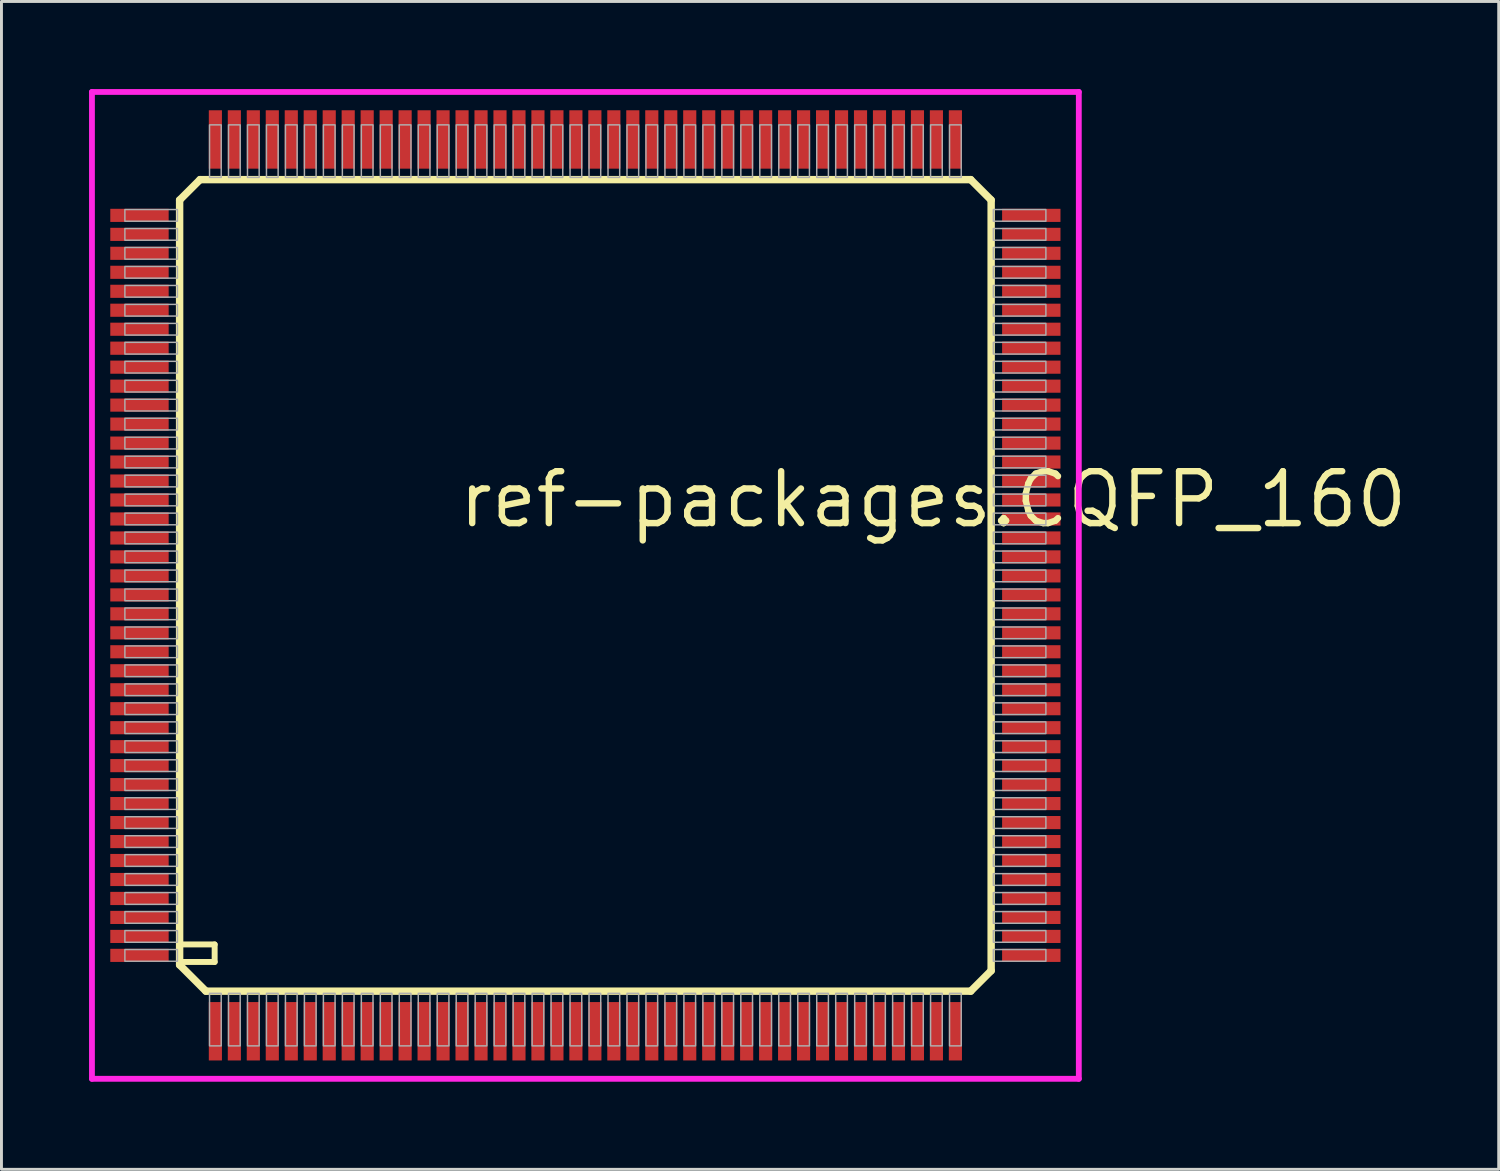
<source format=kicad_pcb>
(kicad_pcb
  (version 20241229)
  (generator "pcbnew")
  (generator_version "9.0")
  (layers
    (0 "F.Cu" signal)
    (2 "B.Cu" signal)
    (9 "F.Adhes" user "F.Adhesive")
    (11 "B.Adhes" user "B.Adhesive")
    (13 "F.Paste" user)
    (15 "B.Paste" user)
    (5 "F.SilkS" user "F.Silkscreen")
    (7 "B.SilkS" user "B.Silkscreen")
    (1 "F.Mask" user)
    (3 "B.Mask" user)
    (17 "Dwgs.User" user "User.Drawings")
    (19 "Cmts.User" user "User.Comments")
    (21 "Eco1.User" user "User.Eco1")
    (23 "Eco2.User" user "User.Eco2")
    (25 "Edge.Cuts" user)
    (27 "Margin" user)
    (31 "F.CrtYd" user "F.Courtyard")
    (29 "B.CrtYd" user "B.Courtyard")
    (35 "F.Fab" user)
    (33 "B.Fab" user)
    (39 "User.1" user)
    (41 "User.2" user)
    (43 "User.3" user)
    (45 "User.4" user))
  (footprint "ref-packages.CQFP_160"
    (layer "F.Cu")
    (at 17.003 17.003)
    (property "Reference" "ref-packages.CQFP_160" (at -4.445 -1.905 0) (layer "F.SilkS") (effects (font (size 1.778 1.778) (thickness 0.22)) (justify left bottom)))
    (attr smd)
    (fp_line (start -13.9 -13.2) (end -13.2 -13.9) (stroke (width 0.254) (type default)) (layer "F.SilkS"))
    (fp_line (start -13.9 13) (end -13.9 -13.2) (stroke (width 0.254) (type default)) (layer "F.SilkS"))
    (fp_line (start -13.8 12.3) (end -12.7 12.3) (stroke (width 0.203) (type default)) (layer "F.SilkS"))
    (fp_line (start -13.2 -13.9) (end 13.2 -13.9) (stroke (width 0.254) (type default)) (layer "F.SilkS"))
    (fp_line (start -13 13.9) (end -13.9 13) (stroke (width 0.254) (type default)) (layer "F.SilkS"))
    (fp_line (start -12.7 12.3) (end -12.7 12.9) (stroke (width 0.203) (type default)) (layer "F.SilkS"))
    (fp_line (start -12.7 12.9) (end -13.8 12.9) (stroke (width 0.203) (type default)) (layer "F.SilkS"))
    (fp_line (start 13.2 -13.9) (end 13.9 -13.2) (stroke (width 0.254) (type default)) (layer "F.SilkS"))
    (fp_line (start 13.2 13.9) (end -13 13.9) (stroke (width 0.254) (type default)) (layer "F.SilkS"))
    (fp_line (start 13.9 -13.2) (end 13.9 13.2) (stroke (width 0.254) (type default)) (layer "F.SilkS"))
    (fp_line (start 13.9 13.2) (end 13.2 13.9) (stroke (width 0.254) (type default)) (layer "F.SilkS"))
    (fp_line (start -16.903 -16.903) (end 16.903 -16.903) (stroke (width 0.2) (type default)) (layer "F.CrtYd"))
    (fp_line (start -16.903 16.903) (end -16.903 -16.903) (stroke (width 0.2) (type default)) (layer "F.CrtYd"))
    (fp_line (start 16.903 -16.903) (end 16.903 16.903) (stroke (width 0.2) (type default)) (layer "F.CrtYd"))
    (fp_line (start 16.903 16.903) (end -16.903 16.903) (stroke (width 0.2) (type default)) (layer "F.CrtYd"))
    (fp_rect (start -15.775 -12.475) (end -13.975 -12.875) (stroke (width 0.05) (type default)) (fill no) (layer "F.Fab"))
    (fp_rect (start -15.775 -11.825) (end -13.975 -12.225) (stroke (width 0.05) (type default)) (fill no) (layer "F.Fab"))
    (fp_rect (start -15.775 -11.175) (end -13.975 -11.575) (stroke (width 0.05) (type default)) (fill no) (layer "F.Fab"))
    (fp_rect (start -15.775 -10.525) (end -13.975 -10.925) (stroke (width 0.05) (type default)) (fill no) (layer "F.Fab"))
    (fp_rect (start -15.775 -9.875) (end -13.975 -10.275) (stroke (width 0.05) (type default)) (fill no) (layer "F.Fab"))
    (fp_rect (start -15.775 -9.225) (end -13.975 -9.625) (stroke (width 0.05) (type default)) (fill no) (layer "F.Fab"))
    (fp_rect (start -15.775 -8.575) (end -13.975 -8.975) (stroke (width 0.05) (type default)) (fill no) (layer "F.Fab"))
    (fp_rect (start -15.775 -7.925) (end -13.975 -8.325) (stroke (width 0.05) (type default)) (fill no) (layer "F.Fab"))
    (fp_rect (start -15.775 -7.275) (end -13.975 -7.675) (stroke (width 0.05) (type default)) (fill no) (layer "F.Fab"))
    (fp_rect (start -15.775 -6.625) (end -13.975 -7.025) (stroke (width 0.05) (type default)) (fill no) (layer "F.Fab"))
    (fp_rect (start -15.775 -5.975) (end -13.975 -6.375) (stroke (width 0.05) (type default)) (fill no) (layer "F.Fab"))
    (fp_rect (start -15.775 -5.325) (end -13.975 -5.725) (stroke (width 0.05) (type default)) (fill no) (layer "F.Fab"))
    (fp_rect (start -15.775 -4.675) (end -13.975 -5.075) (stroke (width 0.05) (type default)) (fill no) (layer "F.Fab"))
    (fp_rect (start -15.775 -4.025) (end -13.975 -4.425) (stroke (width 0.05) (type default)) (fill no) (layer "F.Fab"))
    (fp_rect (start -15.775 -3.375) (end -13.975 -3.775) (stroke (width 0.05) (type default)) (fill no) (layer "F.Fab"))
    (fp_rect (start -15.775 -2.725) (end -13.975 -3.125) (stroke (width 0.05) (type default)) (fill no) (layer "F.Fab"))
    (fp_rect (start -15.775 -2.075) (end -13.975 -2.475) (stroke (width 0.05) (type default)) (fill no) (layer "F.Fab"))
    (fp_rect (start -15.775 -1.425) (end -13.975 -1.825) (stroke (width 0.05) (type default)) (fill no) (layer "F.Fab"))
    (fp_rect (start -15.775 -0.775) (end -13.975 -1.175) (stroke (width 0.05) (type default)) (fill no) (layer "F.Fab"))
    (fp_rect (start -15.775 -0.125) (end -13.975 -0.525) (stroke (width 0.05) (type default)) (fill no) (layer "F.Fab"))
    (fp_rect (start -15.775 0.525) (end -13.975 0.125) (stroke (width 0.05) (type default)) (fill no) (layer "F.Fab"))
    (fp_rect (start -15.775 1.175) (end -13.975 0.775) (stroke (width 0.05) (type default)) (fill no) (layer "F.Fab"))
    (fp_rect (start -15.775 1.825) (end -13.975 1.425) (stroke (width 0.05) (type default)) (fill no) (layer "F.Fab"))
    (fp_rect (start -15.775 2.475) (end -13.975 2.075) (stroke (width 0.05) (type default)) (fill no) (layer "F.Fab"))
    (fp_rect (start -15.775 3.125) (end -13.975 2.725) (stroke (width 0.05) (type default)) (fill no) (layer "F.Fab"))
    (fp_rect (start -15.775 3.775) (end -13.975 3.375) (stroke (width 0.05) (type default)) (fill no) (layer "F.Fab"))
    (fp_rect (start -15.775 4.425) (end -13.975 4.025) (stroke (width 0.05) (type default)) (fill no) (layer "F.Fab"))
    (fp_rect (start -15.775 5.075) (end -13.975 4.675) (stroke (width 0.05) (type default)) (fill no) (layer "F.Fab"))
    (fp_rect (start -15.775 5.725) (end -13.975 5.325) (stroke (width 0.05) (type default)) (fill no) (layer "F.Fab"))
    (fp_rect (start -15.775 6.375) (end -13.975 5.975) (stroke (width 0.05) (type default)) (fill no) (layer "F.Fab"))
    (fp_rect (start -15.775 7.025) (end -13.975 6.625) (stroke (width 0.05) (type default)) (fill no) (layer "F.Fab"))
    (fp_rect (start -15.775 7.675) (end -13.975 7.275) (stroke (width 0.05) (type default)) (fill no) (layer "F.Fab"))
    (fp_rect (start -15.775 8.325) (end -13.975 7.925) (stroke (width 0.05) (type default)) (fill no) (layer "F.Fab"))
    (fp_rect (start -15.775 8.975) (end -13.975 8.575) (stroke (width 0.05) (type default)) (fill no) (layer "F.Fab"))
    (fp_rect (start -15.775 9.625) (end -13.975 9.225) (stroke (width 0.05) (type default)) (fill no) (layer "F.Fab"))
    (fp_rect (start -15.775 10.275) (end -13.975 9.875) (stroke (width 0.05) (type default)) (fill no) (layer "F.Fab"))
    (fp_rect (start -15.775 10.925) (end -13.975 10.525) (stroke (width 0.05) (type default)) (fill no) (layer "F.Fab"))
    (fp_rect (start -15.775 11.575) (end -13.975 11.175) (stroke (width 0.05) (type default)) (fill no) (layer "F.Fab"))
    (fp_rect (start -15.775 12.225) (end -13.975 11.825) (stroke (width 0.05) (type default)) (fill no) (layer "F.Fab"))
    (fp_rect (start -15.775 12.875) (end -13.975 12.475) (stroke (width 0.05) (type default)) (fill no) (layer "F.Fab"))
    (fp_rect (start -12.875 -13.975) (end -12.475 -15.775) (stroke (width 0.05) (type default)) (fill no) (layer "F.Fab"))
    (fp_rect (start -12.875 15.775) (end -12.475 13.975) (stroke (width 0.05) (type default)) (fill no) (layer "F.Fab"))
    (fp_rect (start -12.225 -13.975) (end -11.825 -15.775) (stroke (width 0.05) (type default)) (fill no) (layer "F.Fab"))
    (fp_rect (start -12.225 15.775) (end -11.825 13.975) (stroke (width 0.05) (type default)) (fill no) (layer "F.Fab"))
    (fp_rect (start -11.575 -13.975) (end -11.175 -15.775) (stroke (width 0.05) (type default)) (fill no) (layer "F.Fab"))
    (fp_rect (start -11.575 15.775) (end -11.175 13.975) (stroke (width 0.05) (type default)) (fill no) (layer "F.Fab"))
    (fp_rect (start -10.925 -13.975) (end -10.525 -15.775) (stroke (width 0.05) (type default)) (fill no) (layer "F.Fab"))
    (fp_rect (start -10.925 15.775) (end -10.525 13.975) (stroke (width 0.05) (type default)) (fill no) (layer "F.Fab"))
    (fp_rect (start -10.275 -13.975) (end -9.875 -15.775) (stroke (width 0.05) (type default)) (fill no) (layer "F.Fab"))
    (fp_rect (start -10.275 15.775) (end -9.875 13.975) (stroke (width 0.05) (type default)) (fill no) (layer "F.Fab"))
    (fp_rect (start -9.625 -13.975) (end -9.225 -15.775) (stroke (width 0.05) (type default)) (fill no) (layer "F.Fab"))
    (fp_rect (start -9.625 15.775) (end -9.225 13.975) (stroke (width 0.05) (type default)) (fill no) (layer "F.Fab"))
    (fp_rect (start -8.975 -13.975) (end -8.575 -15.775) (stroke (width 0.05) (type default)) (fill no) (layer "F.Fab"))
    (fp_rect (start -8.975 15.775) (end -8.575 13.975) (stroke (width 0.05) (type default)) (fill no) (layer "F.Fab"))
    (fp_rect (start -8.325 -13.975) (end -7.925 -15.775) (stroke (width 0.05) (type default)) (fill no) (layer "F.Fab"))
    (fp_rect (start -8.325 15.775) (end -7.925 13.975) (stroke (width 0.05) (type default)) (fill no) (layer "F.Fab"))
    (fp_rect (start -7.675 15.775) (end -7.275 13.975) (stroke (width 0.05) (type default)) (fill no) (layer "F.Fab"))
    (fp_rect (start -7.675 -13.975) (end -7.275 -15.775) (stroke (width 0.05) (type default)) (fill no) (layer "F.Fab"))
    (fp_rect (start -7.025 -13.975) (end -6.625 -15.775) (stroke (width 0.05) (type default)) (fill no) (layer "F.Fab"))
    (fp_rect (start -7.025 15.775) (end -6.625 13.975) (stroke (width 0.05) (type default)) (fill no) (layer "F.Fab"))
    (fp_rect (start -6.375 -13.975) (end -5.975 -15.775) (stroke (width 0.05) (type default)) (fill no) (layer "F.Fab"))
    (fp_rect (start -6.375 15.775) (end -5.975 13.975) (stroke (width 0.05) (type default)) (fill no) (layer "F.Fab"))
    (fp_rect (start -5.725 -13.975) (end -5.325 -15.775) (stroke (width 0.05) (type default)) (fill no) (layer "F.Fab"))
    (fp_rect (start -5.725 15.775) (end -5.325 13.975) (stroke (width 0.05) (type default)) (fill no) (layer "F.Fab"))
    (fp_rect (start -5.075 -13.975) (end -4.675 -15.775) (stroke (width 0.05) (type default)) (fill no) (layer "F.Fab"))
    (fp_rect (start -5.075 15.775) (end -4.675 13.975) (stroke (width 0.05) (type default)) (fill no) (layer "F.Fab"))
    (fp_rect (start -4.425 -13.975) (end -4.025 -15.775) (stroke (width 0.05) (type default)) (fill no) (layer "F.Fab"))
    (fp_rect (start -4.425 15.775) (end -4.025 13.975) (stroke (width 0.05) (type default)) (fill no) (layer "F.Fab"))
    (fp_rect (start -3.775 -13.975) (end -3.375 -15.775) (stroke (width 0.05) (type default)) (fill no) (layer "F.Fab"))
    (fp_rect (start -3.775 15.775) (end -3.375 13.975) (stroke (width 0.05) (type default)) (fill no) (layer "F.Fab"))
    (fp_rect (start -3.125 -13.975) (end -2.725 -15.775) (stroke (width 0.05) (type default)) (fill no) (layer "F.Fab"))
    (fp_rect (start -3.125 15.775) (end -2.725 13.975) (stroke (width 0.05) (type default)) (fill no) (layer "F.Fab"))
    (fp_rect (start -2.475 -13.975) (end -2.075 -15.775) (stroke (width 0.05) (type default)) (fill no) (layer "F.Fab"))
    (fp_rect (start -2.475 15.775) (end -2.075 13.975) (stroke (width 0.05) (type default)) (fill no) (layer "F.Fab"))
    (fp_rect (start -1.825 -13.975) (end -1.425 -15.775) (stroke (width 0.05) (type default)) (fill no) (layer "F.Fab"))
    (fp_rect (start -1.825 15.775) (end -1.425 13.975) (stroke (width 0.05) (type default)) (fill no) (layer "F.Fab"))
    (fp_rect (start -1.175 -13.975) (end -0.775 -15.775) (stroke (width 0.05) (type default)) (fill no) (layer "F.Fab"))
    (fp_rect (start -1.175 15.775) (end -0.775 13.975) (stroke (width 0.05) (type default)) (fill no) (layer "F.Fab"))
    (fp_rect (start -0.525 -13.975) (end -0.125 -15.775) (stroke (width 0.05) (type default)) (fill no) (layer "F.Fab"))
    (fp_rect (start -0.525 15.775) (end -0.125 13.975) (stroke (width 0.05) (type default)) (fill no) (layer "F.Fab"))
    (fp_rect (start 0.125 -13.975) (end 0.525 -15.775) (stroke (width 0.05) (type default)) (fill no) (layer "F.Fab"))
    (fp_rect (start 0.125 15.775) (end 0.525 13.975) (stroke (width 0.05) (type default)) (fill no) (layer "F.Fab"))
    (fp_rect (start 0.775 -13.975) (end 1.175 -15.775) (stroke (width 0.05) (type default)) (fill no) (layer "F.Fab"))
    (fp_rect (start 0.775 15.775) (end 1.175 13.975) (stroke (width 0.05) (type default)) (fill no) (layer "F.Fab"))
    (fp_rect (start 1.425 -13.975) (end 1.825 -15.775) (stroke (width 0.05) (type default)) (fill no) (layer "F.Fab"))
    (fp_rect (start 1.425 15.775) (end 1.825 13.975) (stroke (width 0.05) (type default)) (fill no) (layer "F.Fab"))
    (fp_rect (start 2.075 -13.975) (end 2.475 -15.775) (stroke (width 0.05) (type default)) (fill no) (layer "F.Fab"))
    (fp_rect (start 2.075 15.775) (end 2.475 13.975) (stroke (width 0.05) (type default)) (fill no) (layer "F.Fab"))
    (fp_rect (start 2.725 -13.975) (end 3.125 -15.775) (stroke (width 0.05) (type default)) (fill no) (layer "F.Fab"))
    (fp_rect (start 2.725 15.775) (end 3.125 13.975) (stroke (width 0.05) (type default)) (fill no) (layer "F.Fab"))
    (fp_rect (start 3.375 -13.975) (end 3.775 -15.775) (stroke (width 0.05) (type default)) (fill no) (layer "F.Fab"))
    (fp_rect (start 3.375 15.775) (end 3.775 13.975) (stroke (width 0.05) (type default)) (fill no) (layer "F.Fab"))
    (fp_rect (start 4.025 15.775) (end 4.425 13.975) (stroke (width 0.05) (type default)) (fill no) (layer "F.Fab"))
    (fp_rect (start 4.025 -13.975) (end 4.425 -15.775) (stroke (width 0.05) (type default)) (fill no) (layer "F.Fab"))
    (fp_rect (start 4.675 15.775) (end 5.075 13.975) (stroke (width 0.05) (type default)) (fill no) (layer "F.Fab"))
    (fp_rect (start 4.675 -13.975) (end 5.075 -15.775) (stroke (width 0.05) (type default)) (fill no) (layer "F.Fab"))
    (fp_rect (start 5.325 -13.975) (end 5.725 -15.775) (stroke (width 0.05) (type default)) (fill no) (layer "F.Fab"))
    (fp_rect (start 5.325 15.775) (end 5.725 13.975) (stroke (width 0.05) (type default)) (fill no) (layer "F.Fab"))
    (fp_rect (start 5.975 -13.975) (end 6.375 -15.775) (stroke (width 0.05) (type default)) (fill no) (layer "F.Fab"))
    (fp_rect (start 5.975 15.775) (end 6.375 13.975) (stroke (width 0.05) (type default)) (fill no) (layer "F.Fab"))
    (fp_rect (start 6.625 -13.975) (end 7.025 -15.775) (stroke (width 0.05) (type default)) (fill no) (layer "F.Fab"))
    (fp_rect (start 6.625 15.775) (end 7.025 13.975) (stroke (width 0.05) (type default)) (fill no) (layer "F.Fab"))
    (fp_rect (start 7.275 -13.975) (end 7.675 -15.775) (stroke (width 0.05) (type default)) (fill no) (layer "F.Fab"))
    (fp_rect (start 7.275 15.775) (end 7.675 13.975) (stroke (width 0.05) (type default)) (fill no) (layer "F.Fab"))
    (fp_rect (start 7.925 -13.975) (end 8.325 -15.775) (stroke (width 0.05) (type default)) (fill no) (layer "F.Fab"))
    (fp_rect (start 7.925 15.775) (end 8.325 13.975) (stroke (width 0.05) (type default)) (fill no) (layer "F.Fab"))
    (fp_rect (start 8.575 -13.975) (end 8.975 -15.775) (stroke (width 0.05) (type default)) (fill no) (layer "F.Fab"))
    (fp_rect (start 8.575 15.775) (end 8.975 13.975) (stroke (width 0.05) (type default)) (fill no) (layer "F.Fab"))
    (fp_rect (start 9.225 -13.975) (end 9.625 -15.775) (stroke (width 0.05) (type default)) (fill no) (layer "F.Fab"))
    (fp_rect (start 9.225 15.775) (end 9.625 13.975) (stroke (width 0.05) (type default)) (fill no) (layer "F.Fab"))
    (fp_rect (start 9.875 -13.975) (end 10.275 -15.775) (stroke (width 0.05) (type default)) (fill no) (layer "F.Fab"))
    (fp_rect (start 9.875 15.775) (end 10.275 13.975) (stroke (width 0.05) (type default)) (fill no) (layer "F.Fab"))
    (fp_rect (start 10.525 -13.975) (end 10.925 -15.775) (stroke (width 0.05) (type default)) (fill no) (layer "F.Fab"))
    (fp_rect (start 10.525 15.775) (end 10.925 13.975) (stroke (width 0.05) (type default)) (fill no) (layer "F.Fab"))
    (fp_rect (start 11.175 -13.975) (end 11.575 -15.775) (stroke (width 0.05) (type default)) (fill no) (layer "F.Fab"))
    (fp_rect (start 11.175 15.775) (end 11.575 13.975) (stroke (width 0.05) (type default)) (fill no) (layer "F.Fab"))
    (fp_rect (start 11.825 -13.975) (end 12.225 -15.775) (stroke (width 0.05) (type default)) (fill no) (layer "F.Fab"))
    (fp_rect (start 11.825 15.775) (end 12.225 13.975) (stroke (width 0.05) (type default)) (fill no) (layer "F.Fab"))
    (fp_rect (start 12.475 -13.975) (end 12.875 -15.775) (stroke (width 0.05) (type default)) (fill no) (layer "F.Fab"))
    (fp_rect (start 12.475 15.775) (end 12.875 13.975) (stroke (width 0.05) (type default)) (fill no) (layer "F.Fab"))
    (fp_rect (start 13.975 -12.475) (end 15.775 -12.875) (stroke (width 0.05) (type default)) (fill no) (layer "F.Fab"))
    (fp_rect (start 13.975 -11.825) (end 15.775 -12.225) (stroke (width 0.05) (type default)) (fill no) (layer "F.Fab"))
    (fp_rect (start 13.975 -11.175) (end 15.775 -11.575) (stroke (width 0.05) (type default)) (fill no) (layer "F.Fab"))
    (fp_rect (start 13.975 -10.525) (end 15.775 -10.925) (stroke (width 0.05) (type default)) (fill no) (layer "F.Fab"))
    (fp_rect (start 13.975 -9.875) (end 15.775 -10.275) (stroke (width 0.05) (type default)) (fill no) (layer "F.Fab"))
    (fp_rect (start 13.975 -9.225) (end 15.775 -9.625) (stroke (width 0.05) (type default)) (fill no) (layer "F.Fab"))
    (fp_rect (start 13.975 -8.575) (end 15.775 -8.975) (stroke (width 0.05) (type default)) (fill no) (layer "F.Fab"))
    (fp_rect (start 13.975 -7.925) (end 15.775 -8.325) (stroke (width 0.05) (type default)) (fill no) (layer "F.Fab"))
    (fp_rect (start 13.975 -7.275) (end 15.775 -7.675) (stroke (width 0.05) (type default)) (fill no) (layer "F.Fab"))
    (fp_rect (start 13.975 -6.625) (end 15.775 -7.025) (stroke (width 0.05) (type default)) (fill no) (layer "F.Fab"))
    (fp_rect (start 13.975 -5.975) (end 15.775 -6.375) (stroke (width 0.05) (type default)) (fill no) (layer "F.Fab"))
    (fp_rect (start 13.975 -5.325) (end 15.775 -5.725) (stroke (width 0.05) (type default)) (fill no) (layer "F.Fab"))
    (fp_rect (start 13.975 -4.675) (end 15.775 -5.075) (stroke (width 0.05) (type default)) (fill no) (layer "F.Fab"))
    (fp_rect (start 13.975 -4.025) (end 15.775 -4.425) (stroke (width 0.05) (type default)) (fill no) (layer "F.Fab"))
    (fp_rect (start 13.975 -3.375) (end 15.775 -3.775) (stroke (width 0.05) (type default)) (fill no) (layer "F.Fab"))
    (fp_rect (start 13.975 -2.725) (end 15.775 -3.125) (stroke (width 0.05) (type default)) (fill no) (layer "F.Fab"))
    (fp_rect (start 13.975 -2.075) (end 15.775 -2.475) (stroke (width 0.05) (type default)) (fill no) (layer "F.Fab"))
    (fp_rect (start 13.975 -1.425) (end 15.775 -1.825) (stroke (width 0.05) (type default)) (fill no) (layer "F.Fab"))
    (fp_rect (start 13.975 -0.775) (end 15.775 -1.175) (stroke (width 0.05) (type default)) (fill no) (layer "F.Fab"))
    (fp_rect (start 13.975 -0.125) (end 15.775 -0.525) (stroke (width 0.05) (type default)) (fill no) (layer "F.Fab"))
    (fp_rect (start 13.975 0.525) (end 15.775 0.125) (stroke (width 0.05) (type default)) (fill no) (layer "F.Fab"))
    (fp_rect (start 13.975 1.175) (end 15.775 0.775) (stroke (width 0.05) (type default)) (fill no) (layer "F.Fab"))
    (fp_rect (start 13.975 1.825) (end 15.775 1.425) (stroke (width 0.05) (type default)) (fill no) (layer "F.Fab"))
    (fp_rect (start 13.975 2.475) (end 15.775 2.075) (stroke (width 0.05) (type default)) (fill no) (layer "F.Fab"))
    (fp_rect (start 13.975 3.125) (end 15.775 2.725) (stroke (width 0.05) (type default)) (fill no) (layer "F.Fab"))
    (fp_rect (start 13.975 3.775) (end 15.775 3.375) (stroke (width 0.05) (type default)) (fill no) (layer "F.Fab"))
    (fp_rect (start 13.975 4.425) (end 15.775 4.025) (stroke (width 0.05) (type default)) (fill no) (layer "F.Fab"))
    (fp_rect (start 13.975 5.075) (end 15.775 4.675) (stroke (width 0.05) (type default)) (fill no) (layer "F.Fab"))
    (fp_rect (start 13.975 5.725) (end 15.775 5.325) (stroke (width 0.05) (type default)) (fill no) (layer "F.Fab"))
    (fp_rect (start 13.975 6.375) (end 15.775 5.975) (stroke (width 0.05) (type default)) (fill no) (layer "F.Fab"))
    (fp_rect (start 13.975 7.025) (end 15.775 6.625) (stroke (width 0.05) (type default)) (fill no) (layer "F.Fab"))
    (fp_rect (start 13.975 7.675) (end 15.775 7.275) (stroke (width 0.05) (type default)) (fill no) (layer "F.Fab"))
    (fp_rect (start 13.975 8.325) (end 15.775 7.925) (stroke (width 0.05) (type default)) (fill no) (layer "F.Fab"))
    (fp_rect (start 13.975 8.975) (end 15.775 8.575) (stroke (width 0.05) (type default)) (fill no) (layer "F.Fab"))
    (fp_rect (start 13.975 9.625) (end 15.775 9.225) (stroke (width 0.05) (type default)) (fill no) (layer "F.Fab"))
    (fp_rect (start 13.975 10.275) (end 15.775 9.875) (stroke (width 0.05) (type default)) (fill no) (layer "F.Fab"))
    (fp_rect (start 13.975 10.925) (end 15.775 10.525) (stroke (width 0.05) (type default)) (fill no) (layer "F.Fab"))
    (fp_rect (start 13.975 11.575) (end 15.775 11.175) (stroke (width 0.05) (type default)) (fill no) (layer "F.Fab"))
    (fp_rect (start 13.975 12.225) (end 15.775 11.825) (stroke (width 0.05) (type default)) (fill no) (layer "F.Fab"))
    (fp_rect (start 13.975 12.875) (end 15.775 12.475) (stroke (width 0.05) (type default)) (fill no) (layer "F.Fab"))
    (pad "1" smd roundrect (at -12.675 15.275) (size 0.45 2) (layers "F.Cu" "F.Mask" "F.Paste") (roundrect_rratio 0.01))
    (pad "2" smd roundrect (at -12.025 15.275) (size 0.45 2) (layers "F.Cu" "F.Mask" "F.Paste") (roundrect_rratio 0.01))
    (pad "3" smd roundrect (at -11.375 15.275) (size 0.45 2) (layers "F.Cu" "F.Mask" "F.Paste") (roundrect_rratio 0.01))
    (pad "4" smd roundrect (at -10.725 15.275) (size 0.45 2) (layers "F.Cu" "F.Mask" "F.Paste") (roundrect_rratio 0.01))
    (pad "5" smd roundrect (at -10.075 15.275) (size 0.45 2) (layers "F.Cu" "F.Mask" "F.Paste") (roundrect_rratio 0.01))
    (pad "6" smd roundrect (at -9.425 15.275) (size 0.45 2) (layers "F.Cu" "F.Mask" "F.Paste") (roundrect_rratio 0.01))
    (pad "7" smd roundrect (at -8.775 15.275) (size 0.45 2) (layers "F.Cu" "F.Mask" "F.Paste") (roundrect_rratio 0.01))
    (pad "8" smd roundrect (at -8.125 15.275) (size 0.45 2) (layers "F.Cu" "F.Mask" "F.Paste") (roundrect_rratio 0.01))
    (pad "9" smd roundrect (at -7.475 15.275) (size 0.45 2) (layers "F.Cu" "F.Mask" "F.Paste") (roundrect_rratio 0.01))
    (pad "10" smd roundrect (at -6.825 15.275) (size 0.45 2) (layers "F.Cu" "F.Mask" "F.Paste") (roundrect_rratio 0.01))
    (pad "11" smd roundrect (at -6.175 15.275) (size 0.45 2) (layers "F.Cu" "F.Mask" "F.Paste") (roundrect_rratio 0.01))
    (pad "12" smd roundrect (at -5.525 15.275) (size 0.45 2) (layers "F.Cu" "F.Mask" "F.Paste") (roundrect_rratio 0.01))
    (pad "13" smd roundrect (at -4.875 15.275) (size 0.45 2) (layers "F.Cu" "F.Mask" "F.Paste") (roundrect_rratio 0.01))
    (pad "14" smd roundrect (at -4.225 15.275) (size 0.45 2) (layers "F.Cu" "F.Mask" "F.Paste") (roundrect_rratio 0.01))
    (pad "15" smd roundrect (at -3.575 15.275) (size 0.45 2) (layers "F.Cu" "F.Mask" "F.Paste") (roundrect_rratio 0.01))
    (pad "16" smd roundrect (at -2.925 15.275) (size 0.45 2) (layers "F.Cu" "F.Mask" "F.Paste") (roundrect_rratio 0.01))
    (pad "17" smd roundrect (at -2.275 15.275) (size 0.45 2) (layers "F.Cu" "F.Mask" "F.Paste") (roundrect_rratio 0.01))
    (pad "18" smd roundrect (at -1.625 15.275) (size 0.45 2) (layers "F.Cu" "F.Mask" "F.Paste") (roundrect_rratio 0.01))
    (pad "19" smd roundrect (at -0.975 15.275) (size 0.45 2) (layers "F.Cu" "F.Mask" "F.Paste") (roundrect_rratio 0.01))
    (pad "20" smd roundrect (at -0.325 15.275) (size 0.45 2) (layers "F.Cu" "F.Mask" "F.Paste") (roundrect_rratio 0.01))
    (pad "21" smd roundrect (at 0.325 15.275) (size 0.45 2) (layers "F.Cu" "F.Mask" "F.Paste") (roundrect_rratio 0.01))
    (pad "22" smd roundrect (at 0.975 15.275) (size 0.45 2) (layers "F.Cu" "F.Mask" "F.Paste") (roundrect_rratio 0.01))
    (pad "23" smd roundrect (at 1.625 15.275) (size 0.45 2) (layers "F.Cu" "F.Mask" "F.Paste") (roundrect_rratio 0.01))
    (pad "24" smd roundrect (at 2.275 15.275) (size 0.45 2) (layers "F.Cu" "F.Mask" "F.Paste") (roundrect_rratio 0.01))
    (pad "25" smd roundrect (at 2.925 15.275) (size 0.45 2) (layers "F.Cu" "F.Mask" "F.Paste") (roundrect_rratio 0.01))
    (pad "26" smd roundrect (at 3.575 15.275) (size 0.45 2) (layers "F.Cu" "F.Mask" "F.Paste") (roundrect_rratio 0.01))
    (pad "27" smd roundrect (at 4.225 15.275) (size 0.45 2) (layers "F.Cu" "F.Mask" "F.Paste") (roundrect_rratio 0.01))
    (pad "28" smd roundrect (at 4.875 15.275) (size 0.45 2) (layers "F.Cu" "F.Mask" "F.Paste") (roundrect_rratio 0.01))
    (pad "29" smd roundrect (at 5.525 15.275) (size 0.45 2) (layers "F.Cu" "F.Mask" "F.Paste") (roundrect_rratio 0.01))
    (pad "30" smd roundrect (at 6.175 15.275) (size 0.45 2) (layers "F.Cu" "F.Mask" "F.Paste") (roundrect_rratio 0.01))
    (pad "31" smd roundrect (at 6.825 15.275) (size 0.45 2) (layers "F.Cu" "F.Mask" "F.Paste") (roundrect_rratio 0.01))
    (pad "32" smd roundrect (at 7.475 15.275) (size 0.45 2) (layers "F.Cu" "F.Mask" "F.Paste") (roundrect_rratio 0.01))
    (pad "33" smd roundrect (at 8.125 15.275) (size 0.45 2) (layers "F.Cu" "F.Mask" "F.Paste") (roundrect_rratio 0.01))
    (pad "34" smd roundrect (at 8.775 15.275) (size 0.45 2) (layers "F.Cu" "F.Mask" "F.Paste") (roundrect_rratio 0.01))
    (pad "35" smd roundrect (at 9.425 15.275) (size 0.45 2) (layers "F.Cu" "F.Mask" "F.Paste") (roundrect_rratio 0.01))
    (pad "36" smd roundrect (at 10.075 15.275) (size 0.45 2) (layers "F.Cu" "F.Mask" "F.Paste") (roundrect_rratio 0.01))
    (pad "37" smd roundrect (at 10.725 15.275) (size 0.45 2) (layers "F.Cu" "F.Mask" "F.Paste") (roundrect_rratio 0.01))
    (pad "38" smd roundrect (at 11.375 15.275) (size 0.45 2) (layers "F.Cu" "F.Mask" "F.Paste") (roundrect_rratio 0.01))
    (pad "39" smd roundrect (at 12.025 15.275) (size 0.45 2) (layers "F.Cu" "F.Mask" "F.Paste") (roundrect_rratio 0.01))
    (pad "40" smd roundrect (at 12.675 15.275) (size 0.45 2) (layers "F.Cu" "F.Mask" "F.Paste") (roundrect_rratio 0.01))
    (pad "41" smd roundrect (at 15.275 12.675) (size 2 0.45) (layers "F.Cu" "F.Mask" "F.Paste") (roundrect_rratio 0.01))
    (pad "42" smd roundrect (at 15.275 12.025) (size 2 0.45) (layers "F.Cu" "F.Mask" "F.Paste") (roundrect_rratio 0.01))
    (pad "43" smd roundrect (at 15.275 11.375) (size 2 0.45) (layers "F.Cu" "F.Mask" "F.Paste") (roundrect_rratio 0.01))
    (pad "44" smd roundrect (at 15.275 10.725) (size 2 0.45) (layers "F.Cu" "F.Mask" "F.Paste") (roundrect_rratio 0.01))
    (pad "45" smd roundrect (at 15.275 10.075) (size 2 0.45) (layers "F.Cu" "F.Mask" "F.Paste") (roundrect_rratio 0.01))
    (pad "46" smd roundrect (at 15.275 9.425) (size 2 0.45) (layers "F.Cu" "F.Mask" "F.Paste") (roundrect_rratio 0.01))
    (pad "47" smd roundrect (at 15.275 8.775) (size 2 0.45) (layers "F.Cu" "F.Mask" "F.Paste") (roundrect_rratio 0.01))
    (pad "48" smd roundrect (at 15.275 8.125) (size 2 0.45) (layers "F.Cu" "F.Mask" "F.Paste") (roundrect_rratio 0.01))
    (pad "49" smd roundrect (at 15.275 7.475) (size 2 0.45) (layers "F.Cu" "F.Mask" "F.Paste") (roundrect_rratio 0.01))
    (pad "50" smd roundrect (at 15.275 6.825) (size 2 0.45) (layers "F.Cu" "F.Mask" "F.Paste") (roundrect_rratio 0.01))
    (pad "51" smd roundrect (at 15.275 6.175) (size 2 0.45) (layers "F.Cu" "F.Mask" "F.Paste") (roundrect_rratio 0.01))
    (pad "52" smd roundrect (at 15.275 5.525) (size 2 0.45) (layers "F.Cu" "F.Mask" "F.Paste") (roundrect_rratio 0.01))
    (pad "53" smd roundrect (at 15.275 4.875) (size 2 0.45) (layers "F.Cu" "F.Mask" "F.Paste") (roundrect_rratio 0.01))
    (pad "54" smd roundrect (at 15.275 4.225) (size 2 0.45) (layers "F.Cu" "F.Mask" "F.Paste") (roundrect_rratio 0.01))
    (pad "55" smd roundrect (at 15.275 3.575) (size 2 0.45) (layers "F.Cu" "F.Mask" "F.Paste") (roundrect_rratio 0.01))
    (pad "56" smd roundrect (at 15.275 2.925) (size 2 0.45) (layers "F.Cu" "F.Mask" "F.Paste") (roundrect_rratio 0.01))
    (pad "57" smd roundrect (at 15.275 2.275) (size 2 0.45) (layers "F.Cu" "F.Mask" "F.Paste") (roundrect_rratio 0.01))
    (pad "58" smd roundrect (at 15.275 1.625) (size 2 0.45) (layers "F.Cu" "F.Mask" "F.Paste") (roundrect_rratio 0.01))
    (pad "59" smd roundrect (at 15.275 0.975) (size 2 0.45) (layers "F.Cu" "F.Mask" "F.Paste") (roundrect_rratio 0.01))
    (pad "60" smd roundrect (at 15.275 0.325) (size 2 0.45) (layers "F.Cu" "F.Mask" "F.Paste") (roundrect_rratio 0.01))
    (pad "61" smd roundrect (at 15.275 -0.325) (size 2 0.45) (layers "F.Cu" "F.Mask" "F.Paste") (roundrect_rratio 0.01))
    (pad "62" smd roundrect (at 15.275 -0.975) (size 2 0.45) (layers "F.Cu" "F.Mask" "F.Paste") (roundrect_rratio 0.01))
    (pad "63" smd roundrect (at 15.275 -1.625) (size 2 0.45) (layers "F.Cu" "F.Mask" "F.Paste") (roundrect_rratio 0.01))
    (pad "64" smd roundrect (at 15.275 -2.275) (size 2 0.45) (layers "F.Cu" "F.Mask" "F.Paste") (roundrect_rratio 0.01))
    (pad "65" smd roundrect (at 15.275 -2.925) (size 2 0.45) (layers "F.Cu" "F.Mask" "F.Paste") (roundrect_rratio 0.01))
    (pad "66" smd roundrect (at 15.275 -3.575) (size 2 0.45) (layers "F.Cu" "F.Mask" "F.Paste") (roundrect_rratio 0.01))
    (pad "67" smd roundrect (at 15.275 -4.225) (size 2 0.45) (layers "F.Cu" "F.Mask" "F.Paste") (roundrect_rratio 0.01))
    (pad "68" smd roundrect (at 15.275 -4.875) (size 2 0.45) (layers "F.Cu" "F.Mask" "F.Paste") (roundrect_rratio 0.01))
    (pad "69" smd roundrect (at 15.275 -5.525) (size 2 0.45) (layers "F.Cu" "F.Mask" "F.Paste") (roundrect_rratio 0.01))
    (pad "70" smd roundrect (at 15.275 -6.175) (size 2 0.45) (layers "F.Cu" "F.Mask" "F.Paste") (roundrect_rratio 0.01))
    (pad "71" smd roundrect (at 15.275 -6.825) (size 2 0.45) (layers "F.Cu" "F.Mask" "F.Paste") (roundrect_rratio 0.01))
    (pad "72" smd roundrect (at 15.275 -7.475) (size 2 0.45) (layers "F.Cu" "F.Mask" "F.Paste") (roundrect_rratio 0.01))
    (pad "73" smd roundrect (at 15.275 -8.125) (size 2 0.45) (layers "F.Cu" "F.Mask" "F.Paste") (roundrect_rratio 0.01))
    (pad "74" smd roundrect (at 15.275 -8.775) (size 2 0.45) (layers "F.Cu" "F.Mask" "F.Paste") (roundrect_rratio 0.01))
    (pad "75" smd roundrect (at 15.275 -9.425) (size 2 0.45) (layers "F.Cu" "F.Mask" "F.Paste") (roundrect_rratio 0.01))
    (pad "76" smd roundrect (at 15.275 -10.075) (size 2 0.45) (layers "F.Cu" "F.Mask" "F.Paste") (roundrect_rratio 0.01))
    (pad "77" smd roundrect (at 15.275 -10.725) (size 2 0.45) (layers "F.Cu" "F.Mask" "F.Paste") (roundrect_rratio 0.01))
    (pad "78" smd roundrect (at 15.275 -11.375) (size 2 0.45) (layers "F.Cu" "F.Mask" "F.Paste") (roundrect_rratio 0.01))
    (pad "79" smd roundrect (at 15.275 -12.025) (size 2 0.45) (layers "F.Cu" "F.Mask" "F.Paste") (roundrect_rratio 0.01))
    (pad "80" smd roundrect (at 15.275 -12.675) (size 2 0.45) (layers "F.Cu" "F.Mask" "F.Paste") (roundrect_rratio 0.01))
    (pad "81" smd roundrect (at 12.675 -15.275) (size 0.45 2) (layers "F.Cu" "F.Mask" "F.Paste") (roundrect_rratio 0.01))
    (pad "82" smd roundrect (at 12.025 -15.275) (size 0.45 2) (layers "F.Cu" "F.Mask" "F.Paste") (roundrect_rratio 0.01))
    (pad "83" smd roundrect (at 11.375 -15.275) (size 0.45 2) (layers "F.Cu" "F.Mask" "F.Paste") (roundrect_rratio 0.01))
    (pad "84" smd roundrect (at 10.725 -15.275) (size 0.45 2) (layers "F.Cu" "F.Mask" "F.Paste") (roundrect_rratio 0.01))
    (pad "85" smd roundrect (at 10.075 -15.275) (size 0.45 2) (layers "F.Cu" "F.Mask" "F.Paste") (roundrect_rratio 0.01))
    (pad "86" smd roundrect (at 9.425 -15.275) (size 0.45 2) (layers "F.Cu" "F.Mask" "F.Paste") (roundrect_rratio 0.01))
    (pad "87" smd roundrect (at 8.775 -15.275) (size 0.45 2) (layers "F.Cu" "F.Mask" "F.Paste") (roundrect_rratio 0.01))
    (pad "88" smd roundrect (at 8.125 -15.275) (size 0.45 2) (layers "F.Cu" "F.Mask" "F.Paste") (roundrect_rratio 0.01))
    (pad "89" smd roundrect (at 7.475 -15.275) (size 0.45 2) (layers "F.Cu" "F.Mask" "F.Paste") (roundrect_rratio 0.01))
    (pad "90" smd roundrect (at 6.825 -15.275) (size 0.45 2) (layers "F.Cu" "F.Mask" "F.Paste") (roundrect_rratio 0.01))
    (pad "91" smd roundrect (at 6.175 -15.275) (size 0.45 2) (layers "F.Cu" "F.Mask" "F.Paste") (roundrect_rratio 0.01))
    (pad "92" smd roundrect (at 5.525 -15.275) (size 0.45 2) (layers "F.Cu" "F.Mask" "F.Paste") (roundrect_rratio 0.01))
    (pad "93" smd roundrect (at 4.875 -15.275) (size 0.45 2) (layers "F.Cu" "F.Mask" "F.Paste") (roundrect_rratio 0.01))
    (pad "94" smd roundrect (at 4.225 -15.275) (size 0.45 2) (layers "F.Cu" "F.Mask" "F.Paste") (roundrect_rratio 0.01))
    (pad "95" smd roundrect (at 3.575 -15.275) (size 0.45 2) (layers "F.Cu" "F.Mask" "F.Paste") (roundrect_rratio 0.01))
    (pad "96" smd roundrect (at 2.925 -15.275) (size 0.45 2) (layers "F.Cu" "F.Mask" "F.Paste") (roundrect_rratio 0.01))
    (pad "97" smd roundrect (at 2.275 -15.275) (size 0.45 2) (layers "F.Cu" "F.Mask" "F.Paste") (roundrect_rratio 0.01))
    (pad "98" smd roundrect (at 1.625 -15.275) (size 0.45 2) (layers "F.Cu" "F.Mask" "F.Paste") (roundrect_rratio 0.01))
    (pad "99" smd roundrect (at 0.975 -15.275) (size 0.45 2) (layers "F.Cu" "F.Mask" "F.Paste") (roundrect_rratio 0.01))
    (pad "100" smd roundrect (at 0.325 -15.275) (size 0.45 2) (layers "F.Cu" "F.Mask" "F.Paste") (roundrect_rratio 0.01))
    (pad "101" smd roundrect (at -0.325 -15.275) (size 0.45 2) (layers "F.Cu" "F.Mask" "F.Paste") (roundrect_rratio 0.01))
    (pad "102" smd roundrect (at -0.975 -15.275) (size 0.45 2) (layers "F.Cu" "F.Mask" "F.Paste") (roundrect_rratio 0.01))
    (pad "103" smd roundrect (at -1.625 -15.275) (size 0.45 2) (layers "F.Cu" "F.Mask" "F.Paste") (roundrect_rratio 0.01))
    (pad "104" smd roundrect (at -2.275 -15.275) (size 0.45 2) (layers "F.Cu" "F.Mask" "F.Paste") (roundrect_rratio 0.01))
    (pad "105" smd roundrect (at -2.925 -15.275) (size 0.45 2) (layers "F.Cu" "F.Mask" "F.Paste") (roundrect_rratio 0.01))
    (pad "106" smd roundrect (at -3.575 -15.275) (size 0.45 2) (layers "F.Cu" "F.Mask" "F.Paste") (roundrect_rratio 0.01))
    (pad "107" smd roundrect (at -4.225 -15.275) (size 0.45 2) (layers "F.Cu" "F.Mask" "F.Paste") (roundrect_rratio 0.01))
    (pad "108" smd roundrect (at -4.875 -15.275) (size 0.45 2) (layers "F.Cu" "F.Mask" "F.Paste") (roundrect_rratio 0.01))
    (pad "109" smd roundrect (at -5.525 -15.275) (size 0.45 2) (layers "F.Cu" "F.Mask" "F.Paste") (roundrect_rratio 0.01))
    (pad "110" smd roundrect (at -6.175 -15.275) (size 0.45 2) (layers "F.Cu" "F.Mask" "F.Paste") (roundrect_rratio 0.01))
    (pad "111" smd roundrect (at -6.825 -15.275) (size 0.45 2) (layers "F.Cu" "F.Mask" "F.Paste") (roundrect_rratio 0.01))
    (pad "112" smd roundrect (at -7.475 -15.275) (size 0.45 2) (layers "F.Cu" "F.Mask" "F.Paste") (roundrect_rratio 0.01))
    (pad "113" smd roundrect (at -8.125 -15.275) (size 0.45 2) (layers "F.Cu" "F.Mask" "F.Paste") (roundrect_rratio 0.01))
    (pad "114" smd roundrect (at -8.775 -15.275) (size 0.45 2) (layers "F.Cu" "F.Mask" "F.Paste") (roundrect_rratio 0.01))
    (pad "115" smd roundrect (at -9.425 -15.275) (size 0.45 2) (layers "F.Cu" "F.Mask" "F.Paste") (roundrect_rratio 0.01))
    (pad "116" smd roundrect (at -10.075 -15.275) (size 0.45 2) (layers "F.Cu" "F.Mask" "F.Paste") (roundrect_rratio 0.01))
    (pad "117" smd roundrect (at -10.725 -15.275) (size 0.45 2) (layers "F.Cu" "F.Mask" "F.Paste") (roundrect_rratio 0.01))
    (pad "118" smd roundrect (at -11.375 -15.275) (size 0.45 2) (layers "F.Cu" "F.Mask" "F.Paste") (roundrect_rratio 0.01))
    (pad "119" smd roundrect (at -12.025 -15.275) (size 0.45 2) (layers "F.Cu" "F.Mask" "F.Paste") (roundrect_rratio 0.01))
    (pad "120" smd roundrect (at -12.675 -15.275) (size 0.45 2) (layers "F.Cu" "F.Mask" "F.Paste") (roundrect_rratio 0.01))
    (pad "121" smd roundrect (at -15.275 -12.675) (size 2 0.45) (layers "F.Cu" "F.Mask" "F.Paste") (roundrect_rratio 0.01))
    (pad "122" smd roundrect (at -15.275 -12.025) (size 2 0.45) (layers "F.Cu" "F.Mask" "F.Paste") (roundrect_rratio 0.01))
    (pad "123" smd roundrect (at -15.275 -11.375) (size 2 0.45) (layers "F.Cu" "F.Mask" "F.Paste") (roundrect_rratio 0.01))
    (pad "124" smd roundrect (at -15.275 -10.725) (size 2 0.45) (layers "F.Cu" "F.Mask" "F.Paste") (roundrect_rratio 0.01))
    (pad "125" smd roundrect (at -15.275 -10.075) (size 2 0.45) (layers "F.Cu" "F.Mask" "F.Paste") (roundrect_rratio 0.01))
    (pad "126" smd roundrect (at -15.275 -9.425) (size 2 0.45) (layers "F.Cu" "F.Mask" "F.Paste") (roundrect_rratio 0.01))
    (pad "127" smd roundrect (at -15.275 -8.775) (size 2 0.45) (layers "F.Cu" "F.Mask" "F.Paste") (roundrect_rratio 0.01))
    (pad "128" smd roundrect (at -15.275 -8.125) (size 2 0.45) (layers "F.Cu" "F.Mask" "F.Paste") (roundrect_rratio 0.01))
    (pad "129" smd roundrect (at -15.275 -7.475) (size 2 0.45) (layers "F.Cu" "F.Mask" "F.Paste") (roundrect_rratio 0.01))
    (pad "130" smd roundrect (at -15.275 -6.825) (size 2 0.45) (layers "F.Cu" "F.Mask" "F.Paste") (roundrect_rratio 0.01))
    (pad "131" smd roundrect (at -15.275 -6.175) (size 2 0.45) (layers "F.Cu" "F.Mask" "F.Paste") (roundrect_rratio 0.01))
    (pad "132" smd roundrect (at -15.275 -5.525) (size 2 0.45) (layers "F.Cu" "F.Mask" "F.Paste") (roundrect_rratio 0.01))
    (pad "133" smd roundrect (at -15.275 -4.875) (size 2 0.45) (layers "F.Cu" "F.Mask" "F.Paste") (roundrect_rratio 0.01))
    (pad "134" smd roundrect (at -15.275 -4.225) (size 2 0.45) (layers "F.Cu" "F.Mask" "F.Paste") (roundrect_rratio 0.01))
    (pad "135" smd roundrect (at -15.275 -3.575) (size 2 0.45) (layers "F.Cu" "F.Mask" "F.Paste") (roundrect_rratio 0.01))
    (pad "136" smd roundrect (at -15.275 -2.925) (size 2 0.45) (layers "F.Cu" "F.Mask" "F.Paste") (roundrect_rratio 0.01))
    (pad "137" smd roundrect (at -15.275 -2.275) (size 2 0.45) (layers "F.Cu" "F.Mask" "F.Paste") (roundrect_rratio 0.01))
    (pad "138" smd roundrect (at -15.275 -1.625) (size 2 0.45) (layers "F.Cu" "F.Mask" "F.Paste") (roundrect_rratio 0.01))
    (pad "139" smd roundrect (at -15.275 -0.975) (size 2 0.45) (layers "F.Cu" "F.Mask" "F.Paste") (roundrect_rratio 0.01))
    (pad "140" smd roundrect (at -15.275 -0.325) (size 2 0.45) (layers "F.Cu" "F.Mask" "F.Paste") (roundrect_rratio 0.01))
    (pad "141" smd roundrect (at -15.275 0.325) (size 2 0.45) (layers "F.Cu" "F.Mask" "F.Paste") (roundrect_rratio 0.01))
    (pad "142" smd roundrect (at -15.275 0.975) (size 2 0.45) (layers "F.Cu" "F.Mask" "F.Paste") (roundrect_rratio 0.01))
    (pad "143" smd roundrect (at -15.275 1.625) (size 2 0.45) (layers "F.Cu" "F.Mask" "F.Paste") (roundrect_rratio 0.01))
    (pad "144" smd roundrect (at -15.275 2.275) (size 2 0.45) (layers "F.Cu" "F.Mask" "F.Paste") (roundrect_rratio 0.01))
    (pad "145" smd roundrect (at -15.275 2.925) (size 2 0.45) (layers "F.Cu" "F.Mask" "F.Paste") (roundrect_rratio 0.01))
    (pad "146" smd roundrect (at -15.275 3.575) (size 2 0.45) (layers "F.Cu" "F.Mask" "F.Paste") (roundrect_rratio 0.01))
    (pad "147" smd roundrect (at -15.275 4.225) (size 2 0.45) (layers "F.Cu" "F.Mask" "F.Paste") (roundrect_rratio 0.01))
    (pad "148" smd roundrect (at -15.275 4.875) (size 2 0.45) (layers "F.Cu" "F.Mask" "F.Paste") (roundrect_rratio 0.01))
    (pad "149" smd roundrect (at -15.275 5.525) (size 2 0.45) (layers "F.Cu" "F.Mask" "F.Paste") (roundrect_rratio 0.01))
    (pad "150" smd roundrect (at -15.275 6.175) (size 2 0.45) (layers "F.Cu" "F.Mask" "F.Paste") (roundrect_rratio 0.01))
    (pad "151" smd roundrect (at -15.275 6.825) (size 2 0.45) (layers "F.Cu" "F.Mask" "F.Paste") (roundrect_rratio 0.01))
    (pad "152" smd roundrect (at -15.275 7.475) (size 2 0.45) (layers "F.Cu" "F.Mask" "F.Paste") (roundrect_rratio 0.01))
    (pad "153" smd roundrect (at -15.275 8.125) (size 2 0.45) (layers "F.Cu" "F.Mask" "F.Paste") (roundrect_rratio 0.01))
    (pad "154" smd roundrect (at -15.275 8.775) (size 2 0.45) (layers "F.Cu" "F.Mask" "F.Paste") (roundrect_rratio 0.01))
    (pad "155" smd roundrect (at -15.275 9.425) (size 2 0.45) (layers "F.Cu" "F.Mask" "F.Paste") (roundrect_rratio 0.01))
    (pad "156" smd roundrect (at -15.275 10.075) (size 2 0.45) (layers "F.Cu" "F.Mask" "F.Paste") (roundrect_rratio 0.01))
    (pad "157" smd roundrect (at -15.275 10.725) (size 2 0.45) (layers "F.Cu" "F.Mask" "F.Paste") (roundrect_rratio 0.01))
    (pad "158" smd roundrect (at -15.275 11.375) (size 2 0.45) (layers "F.Cu" "F.Mask" "F.Paste") (roundrect_rratio 0.01))
    (pad "159" smd roundrect (at -15.275 12.025) (size 2 0.45) (layers "F.Cu" "F.Mask" "F.Paste") (roundrect_rratio 0.01))
    (pad "160" smd roundrect (at -15.275 12.675) (size 2 0.45) (layers "F.Cu" "F.Mask" "F.Paste") (roundrect_rratio 0.01)))
  (gr_rect
    (start -3 -3)
    (end 48.29 37.006)
    (stroke (width 0.1) (type default))
    (fill no)
    (layer "Edge.Cuts")))
</source>
